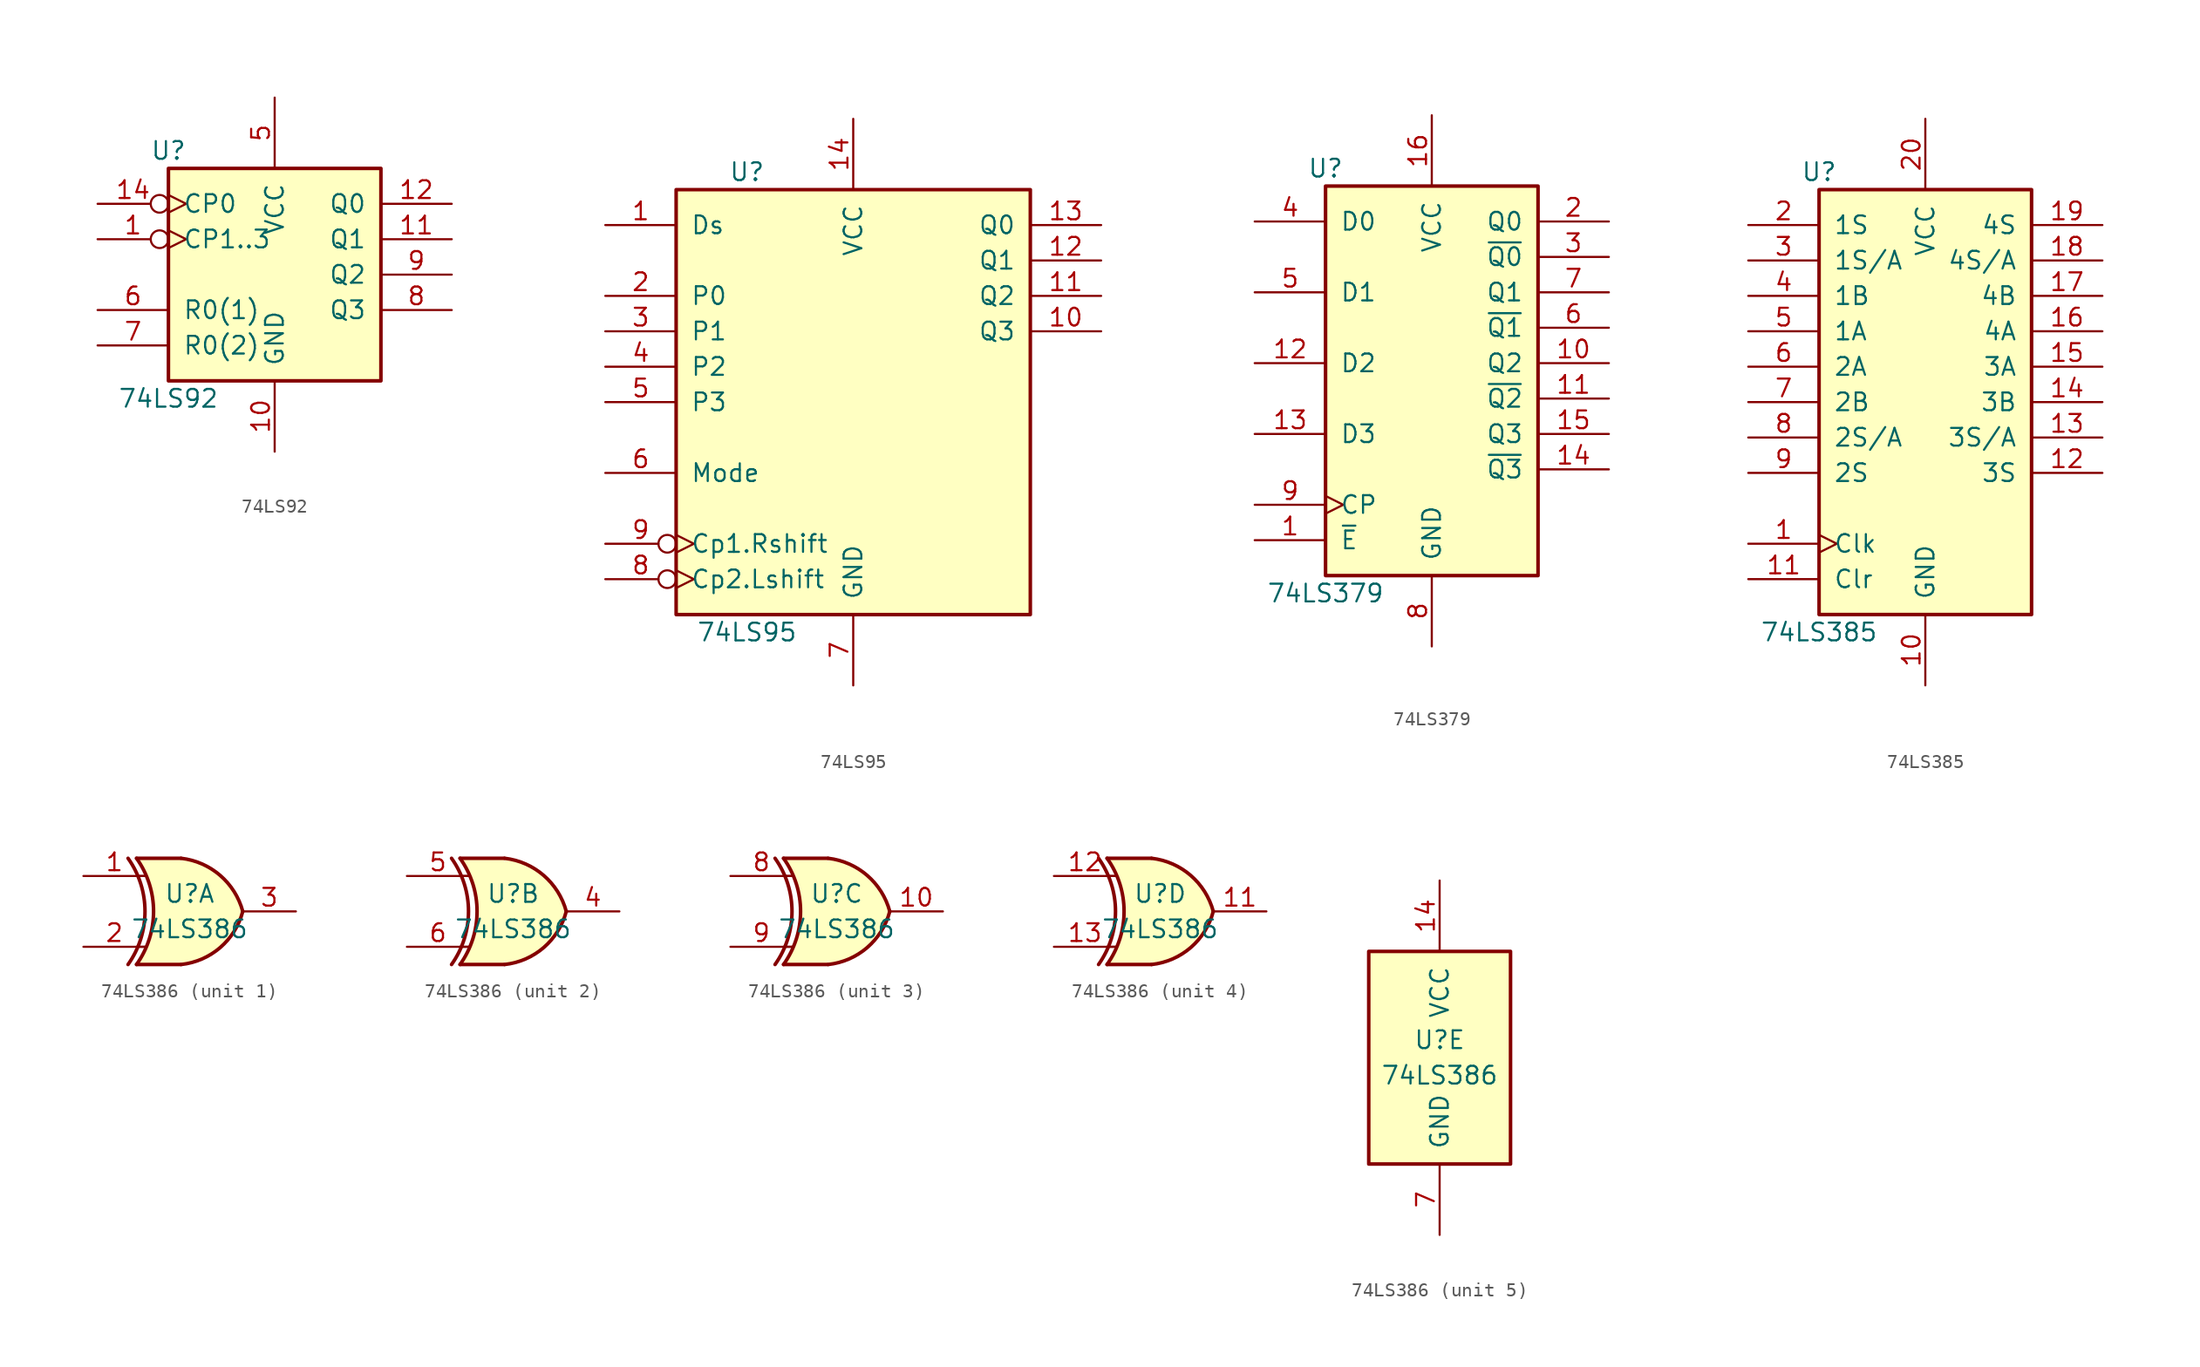
<source format=kicad_sym>
(kicad_symbol_lib
  (version 20201005)
  (generator kicad_symbol_editor)
  (symbol "74LS92"
    (pin_names
      (offset 1.016))
    (property "Reference" "U"
      (at -7.62 8.89 0)
      (effects (font (size 1.27 1.27))))
    (property "Value" "74LS92"
      (at -7.62 -8.89 0)
      (effects (font (size 1.27 1.27))))
    (property "ki_locked" ""
      (at 0 0 0)
      (effects (font (size 1.27 1.27))))
    (symbol "74LS92_1_0"
      (pin input inverted_clock (at -12.7 2.54 0) (length 5.08) (name "CP1..3" (effects (font (size 1.27 1.27)))) (number "1" (effects (font (size 1.27 1.27)))))
      (pin power_in line (at 0 -12.7 90) (length 5.08) (name "GND" (effects (font (size 1.27 1.27)))) (number "10" (effects (font (size 1.27 1.27)))))
      (pin output line (at 12.7 2.54 180) (length 5.08) (name "Q1" (effects (font (size 1.27 1.27)))) (number "11" (effects (font (size 1.27 1.27)))))
      (pin output line (at 12.7 5.08 180) (length 5.08) (name "Q0" (effects (font (size 1.27 1.27)))) (number "12" (effects (font (size 1.27 1.27)))))
      (pin input inverted_clock (at -12.7 5.08 0) (length 5.08) (name "CP0" (effects (font (size 1.27 1.27)))) (number "14" (effects (font (size 1.27 1.27)))))
      (pin power_in line (at 0 12.7 270) (length 5.08) (name "VCC" (effects (font (size 1.27 1.27)))) (number "5" (effects (font (size 1.27 1.27)))))
      (pin input line (at -12.7 -2.54 0) (length 5.08) (name "R0(1)" (effects (font (size 1.27 1.27)))) (number "6" (effects (font (size 1.27 1.27)))))
      (pin input line (at -12.7 -5.08 0) (length 5.08) (name "R0(2)" (effects (font (size 1.27 1.27)))) (number "7" (effects (font (size 1.27 1.27)))))
      (pin output line (at 12.7 -2.54 180) (length 5.08) (name "Q3" (effects (font (size 1.27 1.27)))) (number "8" (effects (font (size 1.27 1.27)))))
      (pin output line (at 12.7 0 180) (length 5.08) (name "Q2" (effects (font (size 1.27 1.27)))) (number "9" (effects (font (size 1.27 1.27))))))
    (symbol "74LS92_1_1"
      (rectangle (start -7.62 7.62) (end 7.62 -7.62) (stroke (width 0.254)) (fill (type background)))))
  (symbol "74LS95"
    (pin_names
      (offset 1.016))
    (property "Reference" "U"
      (at -7.62 16.51 0)
      (effects (font (size 1.27 1.27))))
    (property "Value" "74LS95"
      (at -7.62 -16.51 0)
      (effects (font (size 1.27 1.27))))
    (property "ki_locked" ""
      (at 0 0 0)
      (effects (font (size 1.27 1.27))))
    (symbol "74LS95_1_0"
      (pin input line (at -17.78 12.7 0) (length 5.08) (name "Ds" (effects (font (size 1.27 1.27)))) (number "1" (effects (font (size 1.27 1.27)))))
      (pin output line (at 17.78 5.08 180) (length 5.08) (name "Q3" (effects (font (size 1.27 1.27)))) (number "10" (effects (font (size 1.27 1.27)))))
      (pin output line (at 17.78 7.62 180) (length 5.08) (name "Q2" (effects (font (size 1.27 1.27)))) (number "11" (effects (font (size 1.27 1.27)))))
      (pin output line (at 17.78 10.16 180) (length 5.08) (name "Q1" (effects (font (size 1.27 1.27)))) (number "12" (effects (font (size 1.27 1.27)))))
      (pin output line (at 17.78 12.7 180) (length 5.08) (name "Q0" (effects (font (size 1.27 1.27)))) (number "13" (effects (font (size 1.27 1.27)))))
      (pin power_in line (at 0 20.32 270) (length 5.08) (name "VCC" (effects (font (size 1.27 1.27)))) (number "14" (effects (font (size 1.27 1.27)))))
      (pin input line (at -17.78 7.62 0) (length 5.08) (name "P0" (effects (font (size 1.27 1.27)))) (number "2" (effects (font (size 1.27 1.27)))))
      (pin input line (at -17.78 5.08 0) (length 5.08) (name "P1" (effects (font (size 1.27 1.27)))) (number "3" (effects (font (size 1.27 1.27)))))
      (pin input line (at -17.78 2.54 0) (length 5.08) (name "P2" (effects (font (size 1.27 1.27)))) (number "4" (effects (font (size 1.27 1.27)))))
      (pin input line (at -17.78 0 0) (length 5.08) (name "P3" (effects (font (size 1.27 1.27)))) (number "5" (effects (font (size 1.27 1.27)))))
      (pin input line (at -17.78 -5.08 0) (length 5.08) (name "Mode" (effects (font (size 1.27 1.27)))) (number "6" (effects (font (size 1.27 1.27)))))
      (pin power_in line (at 0 -20.32 90) (length 5.08) (name "GND" (effects (font (size 1.27 1.27)))) (number "7" (effects (font (size 1.27 1.27)))))
      (pin input inverted_clock (at -17.78 -12.7 0) (length 5.08) (name "Cp2.Lshift" (effects (font (size 1.27 1.27)))) (number "8" (effects (font (size 1.27 1.27)))))
      (pin input inverted_clock (at -17.78 -10.16 0) (length 5.08) (name "Cp1.Rshift" (effects (font (size 1.27 1.27)))) (number "9" (effects (font (size 1.27 1.27))))))
    (symbol "74LS95_1_1"
      (rectangle (start -12.7 15.24) (end 12.7 -15.24) (stroke (width 0.254)) (fill (type background)))))
  (symbol "74LS379"
    (pin_names
      (offset 1.016))
    (property "Reference" "U"
      (at -7.62 13.97 0)
      (effects (font (size 1.27 1.27))))
    (property "Value" "74LS379"
      (at -7.62 -16.51 0)
      (effects (font (size 1.27 1.27))))
    (property "ki_locked" ""
      (at 0 0 0)
      (effects (font (size 1.27 1.27))))
    (symbol "74LS379_1_0"
      (pin input line (at -12.7 -12.7 0) (length 5.08) (name "~E" (effects (font (size 1.27 1.27)))) (number "1" (effects (font (size 1.27 1.27)))))
      (pin output line (at 12.7 0 180) (length 5.08) (name "Q2" (effects (font (size 1.27 1.27)))) (number "10" (effects (font (size 1.27 1.27)))))
      (pin output line (at 12.7 -2.54 180) (length 5.08) (name "~Q2" (effects (font (size 1.27 1.27)))) (number "11" (effects (font (size 1.27 1.27)))))
      (pin input line (at -12.7 0 0) (length 5.08) (name "D2" (effects (font (size 1.27 1.27)))) (number "12" (effects (font (size 1.27 1.27)))))
      (pin input line (at -12.7 -5.08 0) (length 5.08) (name "D3" (effects (font (size 1.27 1.27)))) (number "13" (effects (font (size 1.27 1.27)))))
      (pin output line (at 12.7 -7.62 180) (length 5.08) (name "~Q3" (effects (font (size 1.27 1.27)))) (number "14" (effects (font (size 1.27 1.27)))))
      (pin output line (at 12.7 -5.08 180) (length 5.08) (name "Q3" (effects (font (size 1.27 1.27)))) (number "15" (effects (font (size 1.27 1.27)))))
      (pin power_in line (at 0 17.78 270) (length 5.08) (name "VCC" (effects (font (size 1.27 1.27)))) (number "16" (effects (font (size 1.27 1.27)))))
      (pin output line (at 12.7 10.16 180) (length 5.08) (name "Q0" (effects (font (size 1.27 1.27)))) (number "2" (effects (font (size 1.27 1.27)))))
      (pin output line (at 12.7 7.62 180) (length 5.08) (name "~Q0" (effects (font (size 1.27 1.27)))) (number "3" (effects (font (size 1.27 1.27)))))
      (pin input line (at -12.7 10.16 0) (length 5.08) (name "D0" (effects (font (size 1.27 1.27)))) (number "4" (effects (font (size 1.27 1.27)))))
      (pin input line (at -12.7 5.08 0) (length 5.08) (name "D1" (effects (font (size 1.27 1.27)))) (number "5" (effects (font (size 1.27 1.27)))))
      (pin output line (at 12.7 2.54 180) (length 5.08) (name "~Q1" (effects (font (size 1.27 1.27)))) (number "6" (effects (font (size 1.27 1.27)))))
      (pin output line (at 12.7 5.08 180) (length 5.08) (name "Q1" (effects (font (size 1.27 1.27)))) (number "7" (effects (font (size 1.27 1.27)))))
      (pin power_in line (at 0 -20.32 90) (length 5.08) (name "GND" (effects (font (size 1.27 1.27)))) (number "8" (effects (font (size 1.27 1.27)))))
      (pin input clock (at -12.7 -10.16 0) (length 5.08) (name "CP" (effects (font (size 1.27 1.27)))) (number "9" (effects (font (size 1.27 1.27))))))
    (symbol "74LS379_1_1"
      (rectangle (start -7.62 12.7) (end 7.62 -15.24) (stroke (width 0.254)) (fill (type background)))))
  (symbol "74LS385"
    (pin_names
      (offset 1.016))
    (property "Reference" "U"
      (at -7.62 16.51 0)
      (effects (font (size 1.27 1.27))))
    (property "Value" "74LS385"
      (at -7.62 -16.51 0)
      (effects (font (size 1.27 1.27))))
    (property "ki_locked" ""
      (at 0 0 0)
      (effects (font (size 1.27 1.27))))
    (symbol "74LS385_1_0"
      (pin input clock (at -12.7 -10.16 0) (length 5.08) (name "Clk" (effects (font (size 1.27 1.27)))) (number "1" (effects (font (size 1.27 1.27)))))
      (pin power_in line (at 0 -20.32 90) (length 5.08) (name "GND" (effects (font (size 1.27 1.27)))) (number "10" (effects (font (size 1.27 1.27)))))
      (pin input line (at -12.7 -12.7 0) (length 5.08) (name "Clr" (effects (font (size 1.27 1.27)))) (number "11" (effects (font (size 1.27 1.27)))))
      (pin output line (at 12.7 -5.08 180) (length 5.08) (name "3S" (effects (font (size 1.27 1.27)))) (number "12" (effects (font (size 1.27 1.27)))))
      (pin output line (at 12.7 -2.54 180) (length 5.08) (name "3S/A" (effects (font (size 1.27 1.27)))) (number "13" (effects (font (size 1.27 1.27)))))
      (pin output line (at 12.7 0 180) (length 5.08) (name "3B" (effects (font (size 1.27 1.27)))) (number "14" (effects (font (size 1.27 1.27)))))
      (pin output line (at 12.7 2.54 180) (length 5.08) (name "3A" (effects (font (size 1.27 1.27)))) (number "15" (effects (font (size 1.27 1.27)))))
      (pin output line (at 12.7 5.08 180) (length 5.08) (name "4A" (effects (font (size 1.27 1.27)))) (number "16" (effects (font (size 1.27 1.27)))))
      (pin output line (at 12.7 7.62 180) (length 5.08) (name "4B" (effects (font (size 1.27 1.27)))) (number "17" (effects (font (size 1.27 1.27)))))
      (pin output line (at 12.7 10.16 180) (length 5.08) (name "4S/A" (effects (font (size 1.27 1.27)))) (number "18" (effects (font (size 1.27 1.27)))))
      (pin output line (at 12.7 12.7 180) (length 5.08) (name "4S" (effects (font (size 1.27 1.27)))) (number "19" (effects (font (size 1.27 1.27)))))
      (pin input line (at -12.7 12.7 0) (length 5.08) (name "1S" (effects (font (size 1.27 1.27)))) (number "2" (effects (font (size 1.27 1.27)))))
      (pin power_in line (at 0 20.32 270) (length 5.08) (name "VCC" (effects (font (size 1.27 1.27)))) (number "20" (effects (font (size 1.27 1.27)))))
      (pin input line (at -12.7 10.16 0) (length 5.08) (name "1S/A" (effects (font (size 1.27 1.27)))) (number "3" (effects (font (size 1.27 1.27)))))
      (pin input line (at -12.7 7.62 0) (length 5.08) (name "1B" (effects (font (size 1.27 1.27)))) (number "4" (effects (font (size 1.27 1.27)))))
      (pin input line (at -12.7 5.08 0) (length 5.08) (name "1A" (effects (font (size 1.27 1.27)))) (number "5" (effects (font (size 1.27 1.27)))))
      (pin input line (at -12.7 2.54 0) (length 5.08) (name "2A" (effects (font (size 1.27 1.27)))) (number "6" (effects (font (size 1.27 1.27)))))
      (pin input line (at -12.7 0 0) (length 5.08) (name "2B" (effects (font (size 1.27 1.27)))) (number "7" (effects (font (size 1.27 1.27)))))
      (pin input line (at -12.7 -2.54 0) (length 5.08) (name "2S/A" (effects (font (size 1.27 1.27)))) (number "8" (effects (font (size 1.27 1.27)))))
      (pin input line (at -12.7 -5.08 0) (length 5.08) (name "2S" (effects (font (size 1.27 1.27)))) (number "9" (effects (font (size 1.27 1.27))))))
    (symbol "74LS385_1_1"
      (rectangle (start -7.62 15.24) (end 7.62 -15.24) (stroke (width 0.254)) (fill (type background)))))
  (symbol "74LS386"
    (pin_names
      (offset 1.016))
    (property "Reference" "U"
      (at 0 1.27 0)
      (effects (font (size 1.27 1.27))))
    (property "Value" "74LS386"
      (at 0 -1.27 0)
      (effects (font (size 1.27 1.27))))
    (property "ki_locked" ""
      (at 0 0 0)
      (effects (font (size 1.27 1.27))))
    (symbol "74LS386_1_0"
      (arc (start -4.4196 3.81) (end -4.4196 -3.81) (radius (at -9.779 0) (length 6.5532) (angles 35.4 -35.4)) (stroke (width 0.254)) (fill (type none)))
      (arc (start -3.81 3.81) (end -3.81 -3.81) (radius (at -9.144 0) (length 6.5532) (angles 35.4 -35.4)) (stroke (width 0.254)) (fill (type none)))
      (arc (start 3.81 0) (end -0.6096 3.81) (radius (at -1.1938 -1.3208) (length 5.1816) (angles 15 83.7)) (stroke (width 0.254)) (fill (type background)))
      (arc (start 3.81 0) (end -0.6096 -3.81) (radius (at -1.1938 1.3208) (length 5.1816) (angles -15 -83.7)) (stroke (width 0.254)) (fill (type background)))
      (polyline (pts (xy -3.81 -3.81) (xy -0.635 -3.81)) (stroke (width 0.254)) (fill (type background)))
      (polyline (pts (xy -3.81 3.81) (xy -0.635 3.81)) (stroke (width 0.254)) (fill (type background)))
      (polyline (pts (xy -0.635 3.81) (xy -3.81 3.81) (xy -3.81 3.81) (xy -3.556 3.404) (xy -3.023 2.261) (xy -2.692 1.041) (xy -2.616 -0.254) (xy -2.769 -1.499) (xy -3.175 -2.718) (xy -3.81 -3.81) (xy -3.81 -3.81) (xy -0.635 -3.81)) (stroke (width -25.4)) (fill (type background)))
      (pin input line (at -7.62 2.54 0) (length 4.445) (name "~" (effects (font (size 1.27 1.27)))) (number "1" (effects (font (size 1.27 1.27)))))
      (pin input line (at -7.62 -2.54 0) (length 4.445) (name "~" (effects (font (size 1.27 1.27)))) (number "2" (effects (font (size 1.27 1.27)))))
      (pin output line (at 7.62 0 180) (length 3.81) (name "~" (effects (font (size 1.27 1.27)))) (number "3" (effects (font (size 1.27 1.27))))))
    (symbol "74LS386_1_1"
      (polyline (pts (xy -3.81 -2.54) (xy -3.175 -2.54)) (stroke (width 0.152)) (fill (type none)))
      (polyline (pts (xy -3.81 2.54) (xy -3.175 2.54)) (stroke (width 0.152)) (fill (type none))))
    (symbol "74LS386_2_0"
      (arc (start -4.4196 3.81) (end -4.4196 -3.81) (radius (at -9.779 0) (length 6.5532) (angles 35.4 -35.4)) (stroke (width 0.254)) (fill (type none)))
      (arc (start -3.81 3.81) (end -3.81 -3.81) (radius (at -9.144 0) (length 6.5532) (angles 35.4 -35.4)) (stroke (width 0.254)) (fill (type none)))
      (arc (start 3.81 0) (end -0.6096 3.81) (radius (at -1.1938 -1.3208) (length 5.1816) (angles 15 83.7)) (stroke (width 0.254)) (fill (type background)))
      (arc (start 3.81 0) (end -0.6096 -3.81) (radius (at -1.1938 1.3208) (length 5.1816) (angles -15 -83.7)) (stroke (width 0.254)) (fill (type background)))
      (polyline (pts (xy -3.81 -3.81) (xy -0.635 -3.81)) (stroke (width 0.254)) (fill (type background)))
      (polyline (pts (xy -3.81 3.81) (xy -0.635 3.81)) (stroke (width 0.254)) (fill (type background)))
      (polyline (pts (xy -0.635 3.81) (xy -3.81 3.81) (xy -3.81 3.81) (xy -3.556 3.404) (xy -3.023 2.261) (xy -2.692 1.041) (xy -2.616 -0.254) (xy -2.769 -1.499) (xy -3.175 -2.718) (xy -3.81 -3.81) (xy -3.81 -3.81) (xy -0.635 -3.81)) (stroke (width -25.4)) (fill (type background)))
      (pin output line (at 7.62 0 180) (length 3.81) (name "~" (effects (font (size 1.27 1.27)))) (number "4" (effects (font (size 1.27 1.27)))))
      (pin input line (at -7.62 2.54 0) (length 4.445) (name "~" (effects (font (size 1.27 1.27)))) (number "5" (effects (font (size 1.27 1.27)))))
      (pin input line (at -7.62 -2.54 0) (length 4.445) (name "~" (effects (font (size 1.27 1.27)))) (number "6" (effects (font (size 1.27 1.27))))))
    (symbol "74LS386_2_1"
      (polyline (pts (xy -3.81 -2.54) (xy -3.175 -2.54)) (stroke (width 0.152)) (fill (type none)))
      (polyline (pts (xy -3.81 2.54) (xy -3.175 2.54)) (stroke (width 0.152)) (fill (type none))))
    (symbol "74LS386_3_0"
      (arc (start -4.4196 3.81) (end -4.4196 -3.81) (radius (at -9.779 0) (length 6.5532) (angles 35.4 -35.4)) (stroke (width 0.254)) (fill (type none)))
      (arc (start -3.81 3.81) (end -3.81 -3.81) (radius (at -9.144 0) (length 6.5532) (angles 35.4 -35.4)) (stroke (width 0.254)) (fill (type none)))
      (arc (start 3.81 0) (end -0.6096 3.81) (radius (at -1.1938 -1.3208) (length 5.1816) (angles 15 83.7)) (stroke (width 0.254)) (fill (type background)))
      (arc (start 3.81 0) (end -0.6096 -3.81) (radius (at -1.1938 1.3208) (length 5.1816) (angles -15 -83.7)) (stroke (width 0.254)) (fill (type background)))
      (polyline (pts (xy -3.81 -3.81) (xy -0.635 -3.81)) (stroke (width 0.254)) (fill (type background)))
      (polyline (pts (xy -3.81 3.81) (xy -0.635 3.81)) (stroke (width 0.254)) (fill (type background)))
      (polyline (pts (xy -0.635 3.81) (xy -3.81 3.81) (xy -3.81 3.81) (xy -3.556 3.404) (xy -3.023 2.261) (xy -2.692 1.041) (xy -2.616 -0.254) (xy -2.769 -1.499) (xy -3.175 -2.718) (xy -3.81 -3.81) (xy -3.81 -3.81) (xy -0.635 -3.81)) (stroke (width -25.4)) (fill (type background)))
      (pin output line (at 7.62 0 180) (length 3.81) (name "~" (effects (font (size 1.27 1.27)))) (number "10" (effects (font (size 1.27 1.27)))))
      (pin input line (at -7.62 2.54 0) (length 4.445) (name "~" (effects (font (size 1.27 1.27)))) (number "8" (effects (font (size 1.27 1.27)))))
      (pin input line (at -7.62 -2.54 0) (length 4.445) (name "~" (effects (font (size 1.27 1.27)))) (number "9" (effects (font (size 1.27 1.27))))))
    (symbol "74LS386_3_1"
      (polyline (pts (xy -3.81 -2.54) (xy -3.175 -2.54)) (stroke (width 0.152)) (fill (type none)))
      (polyline (pts (xy -3.81 2.54) (xy -3.175 2.54)) (stroke (width 0.152)) (fill (type none))))
    (symbol "74LS386_4_0"
      (arc (start -4.4196 3.81) (end -4.4196 -3.81) (radius (at -9.779 0) (length 6.5532) (angles 35.4 -35.4)) (stroke (width 0.254)) (fill (type none)))
      (arc (start -3.81 3.81) (end -3.81 -3.81) (radius (at -9.144 0) (length 6.5532) (angles 35.4 -35.4)) (stroke (width 0.254)) (fill (type none)))
      (arc (start 3.81 0) (end -0.6096 3.81) (radius (at -1.1938 -1.3208) (length 5.1816) (angles 15 83.7)) (stroke (width 0.254)) (fill (type background)))
      (arc (start 3.81 0) (end -0.6096 -3.81) (radius (at -1.1938 1.3208) (length 5.1816) (angles -15 -83.7)) (stroke (width 0.254)) (fill (type background)))
      (polyline (pts (xy -3.81 -3.81) (xy -0.635 -3.81)) (stroke (width 0.254)) (fill (type background)))
      (polyline (pts (xy -3.81 3.81) (xy -0.635 3.81)) (stroke (width 0.254)) (fill (type background)))
      (polyline (pts (xy -0.635 3.81) (xy -3.81 3.81) (xy -3.81 3.81) (xy -3.556 3.404) (xy -3.023 2.261) (xy -2.692 1.041) (xy -2.616 -0.254) (xy -2.769 -1.499) (xy -3.175 -2.718) (xy -3.81 -3.81) (xy -3.81 -3.81) (xy -0.635 -3.81)) (stroke (width -25.4)) (fill (type background)))
      (pin output line (at 7.62 0 180) (length 3.81) (name "~" (effects (font (size 1.27 1.27)))) (number "11" (effects (font (size 1.27 1.27)))))
      (pin input line (at -7.62 2.54 0) (length 4.445) (name "~" (effects (font (size 1.27 1.27)))) (number "12" (effects (font (size 1.27 1.27)))))
      (pin input line (at -7.62 -2.54 0) (length 4.445) (name "~" (effects (font (size 1.27 1.27)))) (number "13" (effects (font (size 1.27 1.27))))))
    (symbol "74LS386_4_1"
      (polyline (pts (xy -3.81 -2.54) (xy -3.175 -2.54)) (stroke (width 0.152)) (fill (type none)))
      (polyline (pts (xy -3.81 2.54) (xy -3.175 2.54)) (stroke (width 0.152)) (fill (type none))))
    (symbol "74LS386_5_0"
      (pin power_in line (at 0 12.7 270) (length 5.08) (name "VCC" (effects (font (size 1.27 1.27)))) (number "14" (effects (font (size 1.27 1.27)))))
      (pin power_in line (at 0 -12.7 90) (length 5.08) (name "GND" (effects (font (size 1.27 1.27)))) (number "7" (effects (font (size 1.27 1.27))))))
    (symbol "74LS386_5_1"
      (rectangle (start -5.08 7.62) (end 5.08 -7.62) (stroke (width 0.254)) (fill (type background))))))
</source>
